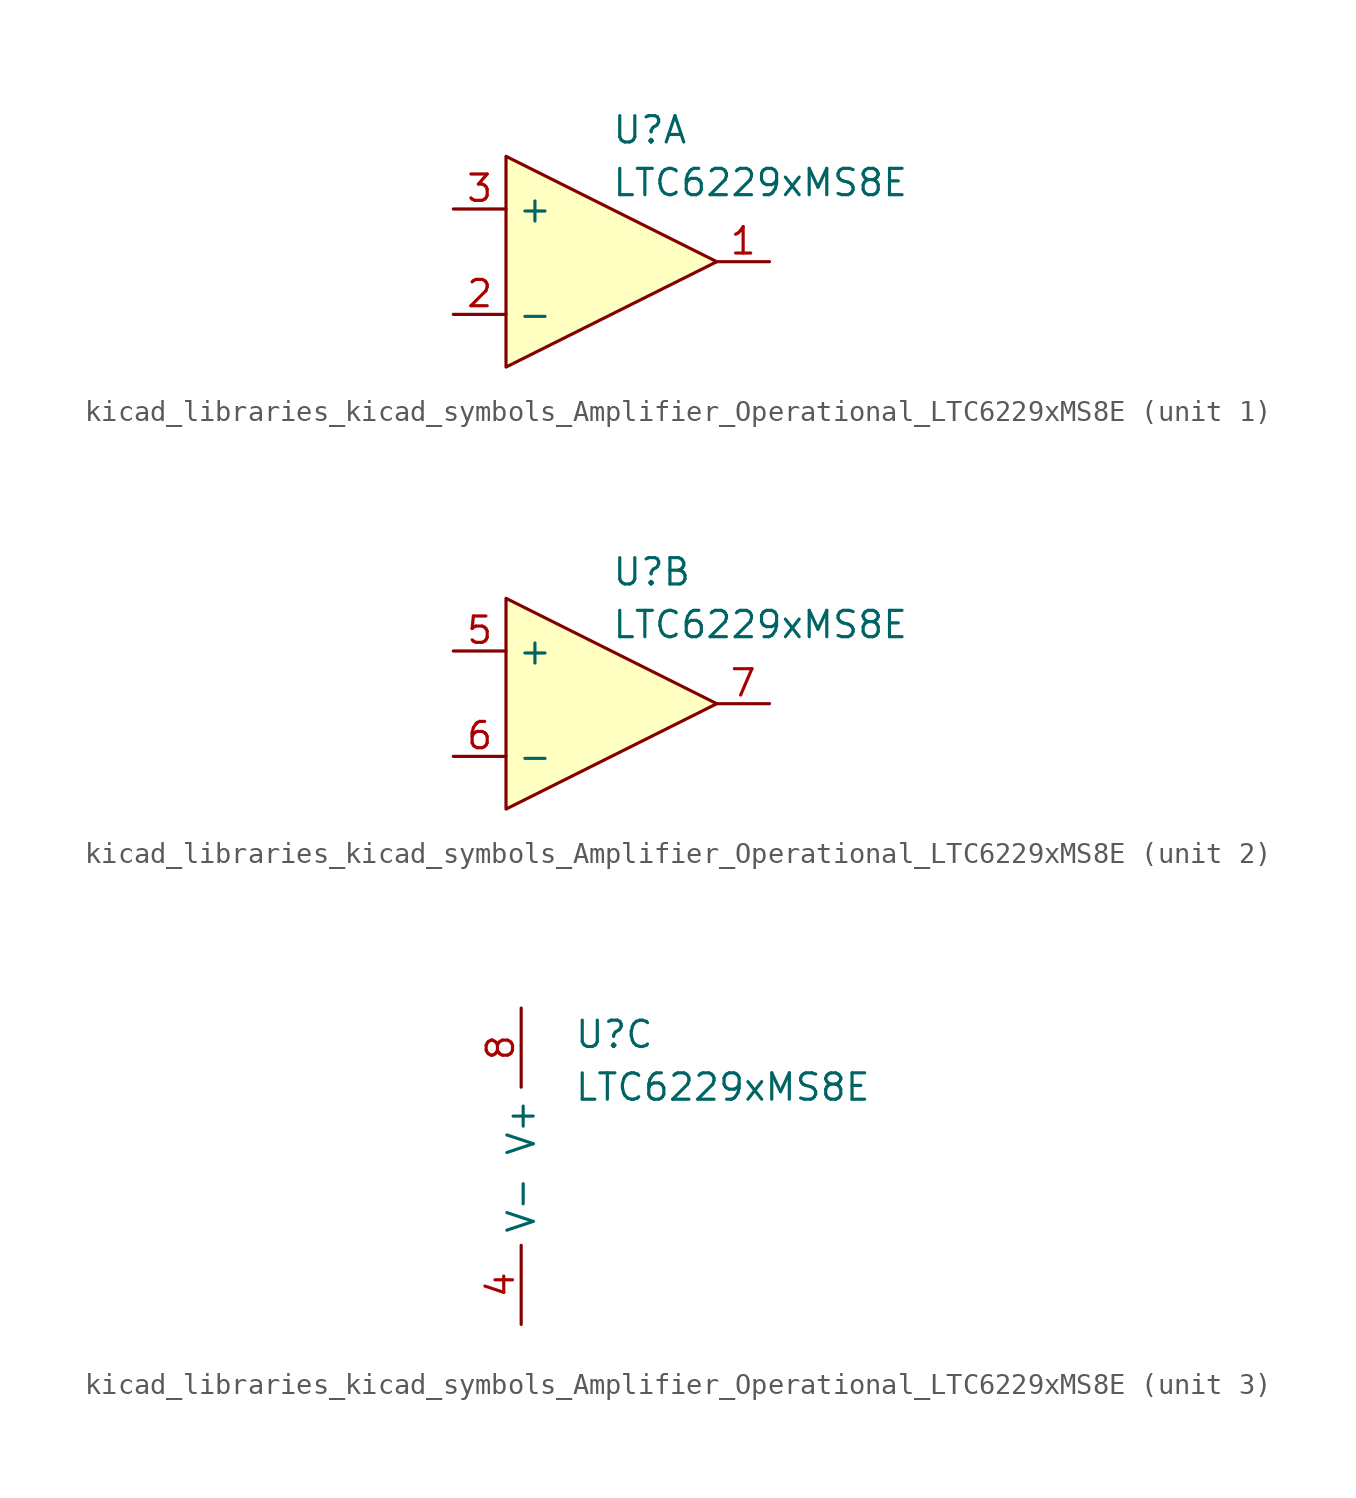
<source format=kicad_sym>
(kicad_symbol_lib
  (version 20220914)
  (generator kicad_symbol_editor)
  (symbol "kicad_libraries_kicad_symbols_Amplifier_Operational_LTC6229xMS8E"
    (property "Reference" "U"
      (at 0 6.35 0)
      (effects (font (size 1.27 1.27)) (justify left)))
    (property "Value" "LTC6229xMS8E"
      (at 0 3.81 0)
      (effects (font (size 1.27 1.27)) (justify left)))
    (symbol "kicad_libraries_kicad_symbols_Amplifier_Operational_LTC6229xMS8E_1_1"
      (polyline (pts (xy -5.08 5.08) (xy 5.08 0) (xy -5.08 -5.08) (xy -5.08 5.08)) (stroke (width 0) (type default)) (fill (type background)))
      (pin output line (at 7.62 0 180) (length 2.54) (name "~" (effects (font (size 1.27 1.27)))) (number "1" (effects (font (size 1.27 1.27)))))
      (pin input line (at -7.62 -2.54 0) (length 2.54) (name "-" (effects (font (size 1.27 1.27)))) (number "2" (effects (font (size 1.27 1.27)))))
      (pin input line (at -7.62 2.54 0) (length 2.54) (name "+" (effects (font (size 1.27 1.27)))) (number "3" (effects (font (size 1.27 1.27))))))
    (symbol "kicad_libraries_kicad_symbols_Amplifier_Operational_LTC6229xMS8E_2_1"
      (polyline (pts (xy -5.08 5.08) (xy 5.08 0) (xy -5.08 -5.08) (xy -5.08 5.08)) (stroke (width 0) (type default)) (fill (type background)))
      (pin input line (at -7.62 2.54 0) (length 2.54) (name "+" (effects (font (size 1.27 1.27)))) (number "5" (effects (font (size 1.27 1.27)))))
      (pin input line (at -7.62 -2.54 0) (length 2.54) (name "-" (effects (font (size 1.27 1.27)))) (number "6" (effects (font (size 1.27 1.27)))))
      (pin output line (at 7.62 0 180) (length 2.54) (name "~" (effects (font (size 1.27 1.27)))) (number "7" (effects (font (size 1.27 1.27))))))
    (symbol "kicad_libraries_kicad_symbols_Amplifier_Operational_LTC6229xMS8E_3_1"
      (pin power_in line (at -2.54 -7.62 90) (length 3.81) (name "V-" (effects (font (size 1.27 1.27)))) (number "4" (effects (font (size 1.27 1.27)))))
      (pin power_in line (at -2.54 7.62 270) (length 3.81) (name "V+" (effects (font (size 1.27 1.27)))) (number "8" (effects (font (size 1.27 1.27)))))
      (pin passive line (at -2.54 -7.62 90) (length 3.81) hide (name "V-" (effects (font (size 1.27 1.27)))) (number "9" (effects (font (size 1.27 1.27))))))))
</source>
